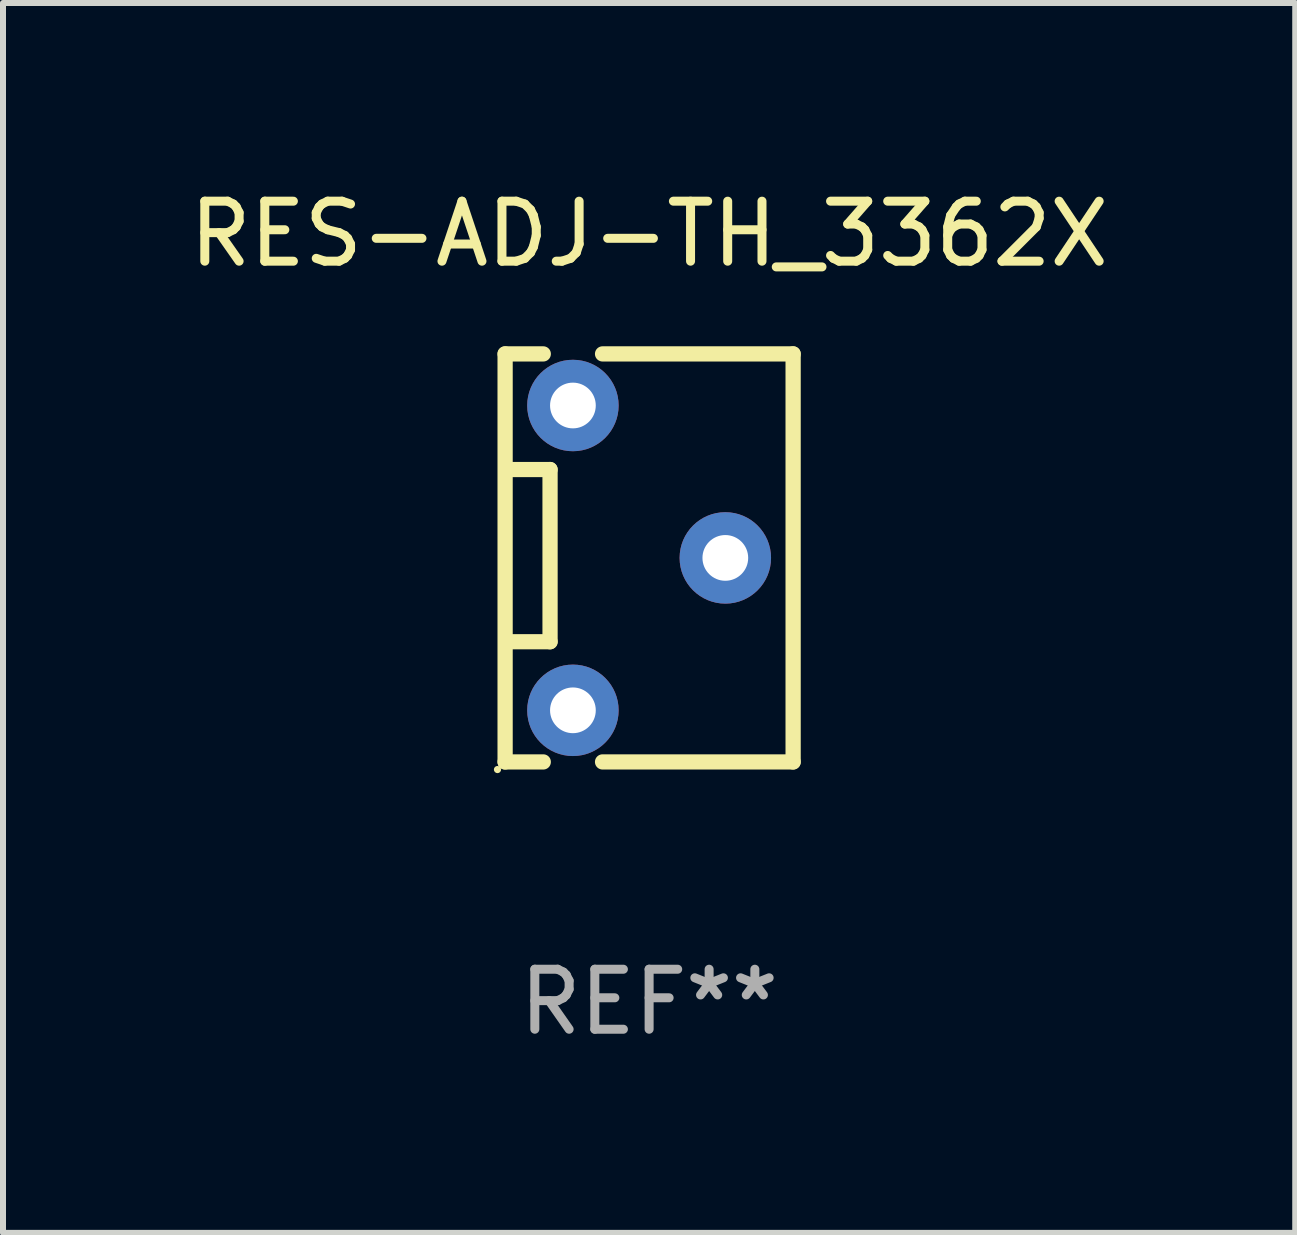
<source format=kicad_pcb>
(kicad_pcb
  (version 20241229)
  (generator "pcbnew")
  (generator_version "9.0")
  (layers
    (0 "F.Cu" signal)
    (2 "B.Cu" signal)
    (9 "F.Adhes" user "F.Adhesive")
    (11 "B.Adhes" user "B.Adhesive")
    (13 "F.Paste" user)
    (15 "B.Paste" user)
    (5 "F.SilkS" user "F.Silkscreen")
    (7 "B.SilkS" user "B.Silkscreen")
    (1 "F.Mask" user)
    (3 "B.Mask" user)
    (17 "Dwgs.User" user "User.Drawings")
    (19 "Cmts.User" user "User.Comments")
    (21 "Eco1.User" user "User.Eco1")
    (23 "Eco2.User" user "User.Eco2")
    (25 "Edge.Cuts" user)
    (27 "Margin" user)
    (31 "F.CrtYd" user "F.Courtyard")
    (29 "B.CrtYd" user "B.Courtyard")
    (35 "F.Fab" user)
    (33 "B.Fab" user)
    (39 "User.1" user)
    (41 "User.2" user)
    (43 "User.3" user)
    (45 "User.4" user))
  (footprint "RES-ADJ-TH_3362X"
    (layer "F.Cu")
    (at 7.768 6.248)
    (property "Reference" "RES-ADJ-TH_3362X" (at 0 -5.4 0) (layer "F.SilkS") (effects (font (size 1 1) (thickness 0.15))))
    (attr through_hole)
    (fp_line (start -2.4 -3.4) (end -1.764 -3.4) (stroke (width 0.254) (type solid)) (layer "F.SilkS"))
    (fp_line (start -2.4 3.4) (end -2.4 -3.4) (stroke (width 0.254) (type solid)) (layer "F.SilkS"))
    (fp_line (start -2.337 -1.473) (end -1.651 -1.473) (stroke (width 0.254) (type solid)) (layer "F.SilkS"))
    (fp_line (start -1.764 3.4) (end -2.4 3.4) (stroke (width 0.254) (type solid)) (layer "F.SilkS"))
    (fp_line (start -1.651 -1.473) (end -1.651 1.397) (stroke (width 0.254) (type solid)) (layer "F.SilkS"))
    (fp_line (start -1.651 1.397) (end -2.337 1.397) (stroke (width 0.254) (type solid)) (layer "F.SilkS"))
    (fp_line (start -0.776 -3.4) (end 2.4 -3.4) (stroke (width 0.254) (type solid)) (layer "F.SilkS"))
    (fp_line (start 2.4 -3.4) (end 2.4 3.4) (stroke (width 0.254) (type solid)) (layer "F.SilkS"))
    (fp_line (start 2.4 3.4) (end -0.776 3.4) (stroke (width 0.254) (type solid)) (layer "F.SilkS"))
    (fp_circle (center -2.527 3.527) (end -2.497 3.527) (stroke (width 0.06) (type solid)) (fill no) (layer "F.SilkS"))
    (fp_text user "REF**" (at 0 7.4 0) (layer "F.Fab") (effects (font (size 1 1) (thickness 0.15))))
    (pad "1" thru_hole circle (at -1.27 2.54) (size 1.524 1.524) (drill 0.762) (layers "*.Cu" "*.Mask"))
    (pad "2" thru_hole circle (at 1.27 0) (size 1.524 1.524) (drill 0.762) (layers "*.Cu" "*.Mask"))
    (pad "3" thru_hole circle (at -1.27 -2.54) (size 1.524 1.524) (drill 0.762) (layers "*.Cu" "*.Mask")))
  (gr_rect
    (start -3 -3)
    (end 18.536 17.497)
    (stroke (width 0.1) (type default))
    (fill no)
    (layer "Edge.Cuts")))
</source>
